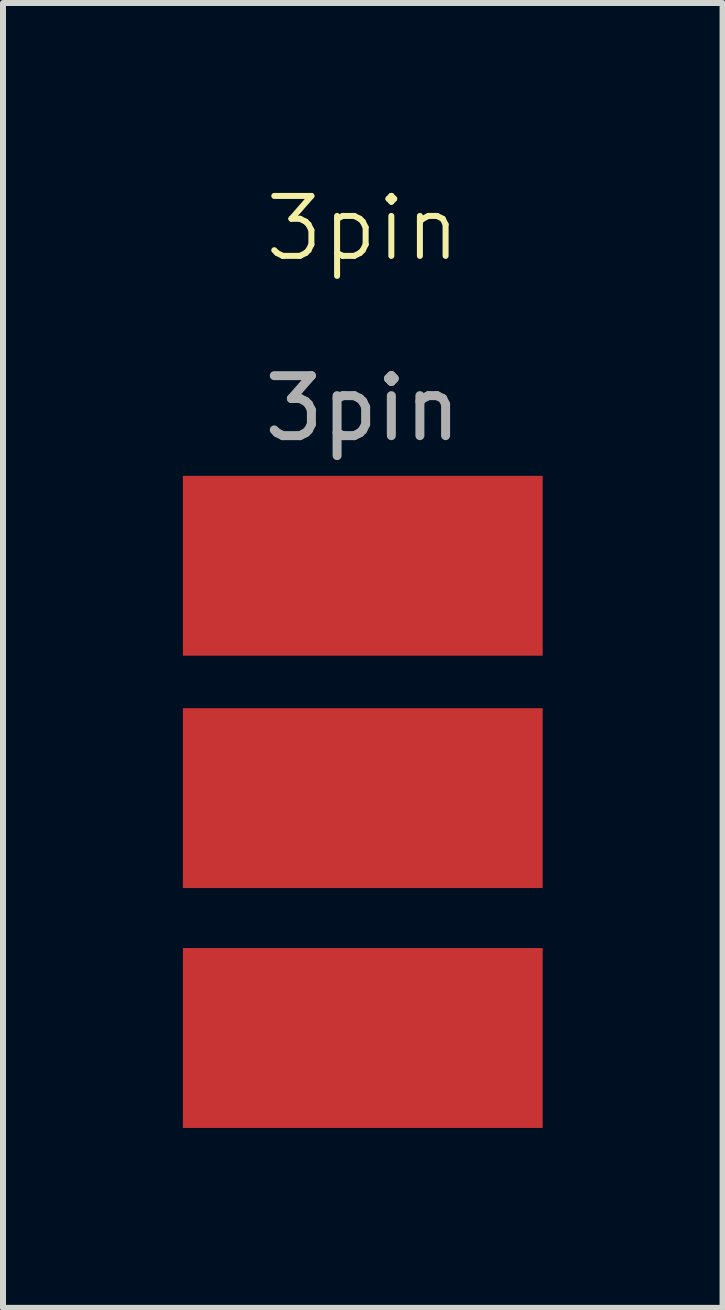
<source format=kicad_pcb>
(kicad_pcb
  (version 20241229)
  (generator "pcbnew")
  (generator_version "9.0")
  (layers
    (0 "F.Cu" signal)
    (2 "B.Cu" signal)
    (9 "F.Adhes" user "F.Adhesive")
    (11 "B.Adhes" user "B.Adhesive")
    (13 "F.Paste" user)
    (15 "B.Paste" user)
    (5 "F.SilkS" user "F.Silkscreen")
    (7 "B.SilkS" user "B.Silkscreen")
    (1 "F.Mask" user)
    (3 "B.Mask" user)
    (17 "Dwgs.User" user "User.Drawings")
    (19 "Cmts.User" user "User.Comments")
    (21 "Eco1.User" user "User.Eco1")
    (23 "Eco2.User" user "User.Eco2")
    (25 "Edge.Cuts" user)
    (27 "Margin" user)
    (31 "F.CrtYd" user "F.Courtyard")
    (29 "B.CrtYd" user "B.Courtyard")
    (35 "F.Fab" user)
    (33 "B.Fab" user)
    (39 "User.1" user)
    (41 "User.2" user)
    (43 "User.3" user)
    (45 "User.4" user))
  (footprint "3pin"
    (layer "F.Cu")
    (at 3 1.26)
    (property "Reference" "3pin" (at 0 -0.5 0) (unlocked yes) (layer "F.SilkS") (effects (font (size 1 1) (thickness 0.1))))
    (attr smd)
    (fp_text user "${REFERENCE}" (at 0 2.5 0) (unlocked yes) (layer "F.Fab") (effects (font (size 1 1) (thickness 0.15))))
    (pad "1" smd rect (at 0 5.125) (size 6 3) (layers "F.Cu" "F.Mask" "F.Paste"))
    (pad "2" smd rect (at 0 9) (size 6 3) (layers "F.Cu" "F.Mask" "F.Paste"))
    (pad "3" smd rect (at 0 13) (size 6 3) (layers "F.Cu" "F.Mask" "F.Paste")))
  (gr_rect
    (start -3 -3)
    (end 9 18.761)
    (stroke (width 0.1) (type default))
    (fill no)
    (layer "Edge.Cuts")))
</source>
